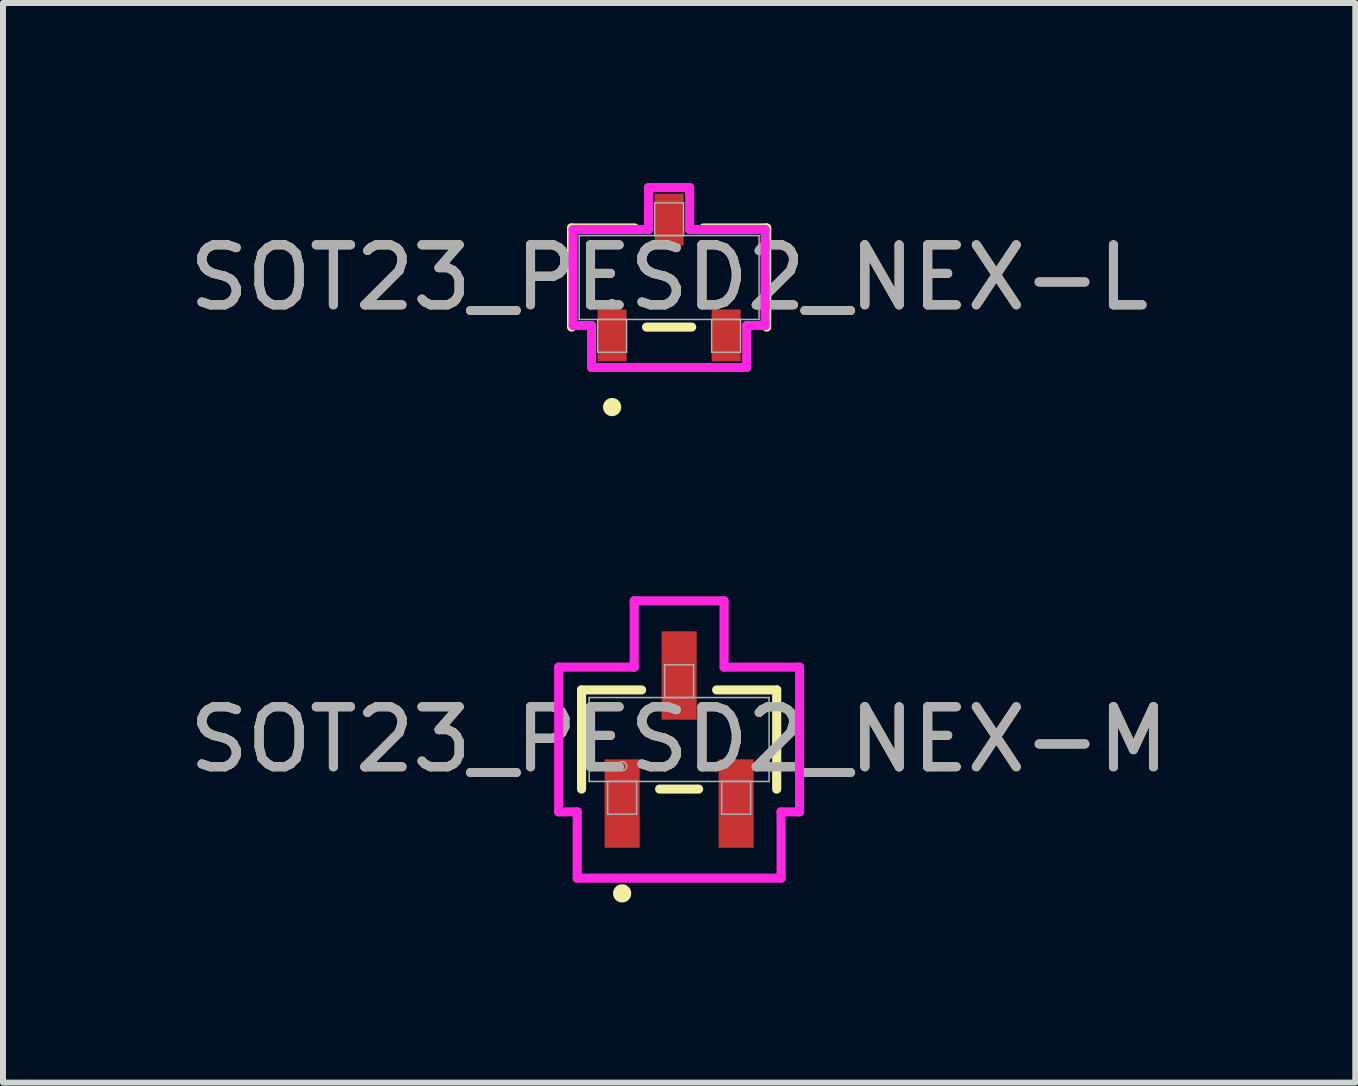
<source format=kicad_pcb>
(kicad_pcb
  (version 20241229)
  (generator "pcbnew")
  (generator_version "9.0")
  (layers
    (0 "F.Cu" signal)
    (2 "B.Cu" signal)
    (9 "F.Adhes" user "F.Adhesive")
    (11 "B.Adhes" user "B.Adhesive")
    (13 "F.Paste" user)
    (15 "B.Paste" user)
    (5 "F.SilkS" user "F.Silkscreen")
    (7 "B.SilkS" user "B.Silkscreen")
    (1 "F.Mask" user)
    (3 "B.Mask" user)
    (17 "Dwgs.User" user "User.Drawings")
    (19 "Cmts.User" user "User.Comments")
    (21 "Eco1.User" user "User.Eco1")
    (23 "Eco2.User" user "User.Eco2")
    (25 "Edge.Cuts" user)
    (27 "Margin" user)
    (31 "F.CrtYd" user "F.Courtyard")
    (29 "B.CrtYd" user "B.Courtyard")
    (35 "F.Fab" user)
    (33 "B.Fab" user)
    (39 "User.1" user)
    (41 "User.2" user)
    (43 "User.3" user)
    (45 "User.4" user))
  (footprint "SOT23_PESD2_NEX-M"
    (layer "F.Cu")
    (at 8.268 9.274)
    (property "Reference" "SOT23_PESD2_NEX-M" (at 0 0 0) (unlocked yes) (layer "F.SilkS") (effects (font (size 1 1) (thickness 0.15))))
    (attr smd)
    (fp_line (start -1.626 -0.826) (end -1.626 0.826) (stroke (width 0.152) (type solid)) (layer "F.SilkS"))
    (fp_line (start -0.625 -0.826) (end -1.626 -0.826) (stroke (width 0.152) (type solid)) (layer "F.SilkS"))
    (fp_line (start -0.325 0.826) (end 0.325 0.826) (stroke (width 0.152) (type solid)) (layer "F.SilkS"))
    (fp_line (start 1.626 -0.826) (end 0.625 -0.826) (stroke (width 0.152) (type solid)) (layer "F.SilkS"))
    (fp_line (start 1.626 0.826) (end 1.626 -0.826) (stroke (width 0.152) (type solid)) (layer "F.SilkS"))
    (fp_circle (center -0.95 2.565) (end -0.874 2.565) (stroke (width 0.152) (type solid)) (fill no) (layer "F.SilkS"))
    (fp_line (start -2.007 -1.206) (end -0.749 -1.206) (stroke (width 0.152) (type solid)) (layer "F.CrtYd"))
    (fp_line (start -2.007 1.206) (end -2.007 -1.206) (stroke (width 0.152) (type solid)) (layer "F.CrtYd"))
    (fp_line (start -2.007 1.206) (end -1.699 1.206) (stroke (width 0.152) (type solid)) (layer "F.CrtYd"))
    (fp_line (start -1.699 1.206) (end -1.699 2.311) (stroke (width 0.152) (type solid)) (layer "F.CrtYd"))
    (fp_line (start -1.699 2.311) (end 1.699 2.311) (stroke (width 0.152) (type solid)) (layer "F.CrtYd"))
    (fp_line (start -0.749 -2.311) (end 0.749 -2.311) (stroke (width 0.152) (type solid)) (layer "F.CrtYd"))
    (fp_line (start -0.749 -1.206) (end -0.749 -2.311) (stroke (width 0.152) (type solid)) (layer "F.CrtYd"))
    (fp_line (start 0.749 -1.206) (end 0.749 -2.311) (stroke (width 0.152) (type solid)) (layer "F.CrtYd"))
    (fp_line (start 1.699 1.206) (end 1.699 2.311) (stroke (width 0.152) (type solid)) (layer "F.CrtYd"))
    (fp_line (start 2.007 -1.206) (end 0.749 -1.206) (stroke (width 0.152) (type solid)) (layer "F.CrtYd"))
    (fp_line (start 2.007 -1.206) (end 2.007 1.206) (stroke (width 0.152) (type solid)) (layer "F.CrtYd"))
    (fp_line (start 2.007 1.206) (end 1.699 1.206) (stroke (width 0.152) (type solid)) (layer "F.CrtYd"))
    (fp_line (start -1.499 -0.699) (end -1.499 0.699) (stroke (width 0.025) (type solid)) (layer "F.Fab"))
    (fp_line (start -1.499 0.699) (end 1.499 0.699) (stroke (width 0.025) (type solid)) (layer "F.Fab"))
    (fp_line (start -1.191 0.699) (end -1.191 1.245) (stroke (width 0.025) (type solid)) (layer "F.Fab"))
    (fp_line (start -1.191 1.245) (end -0.709 1.245) (stroke (width 0.025) (type solid)) (layer "F.Fab"))
    (fp_line (start -0.709 0.699) (end -1.191 0.699) (stroke (width 0.025) (type solid)) (layer "F.Fab"))
    (fp_line (start -0.709 1.245) (end -0.709 0.699) (stroke (width 0.025) (type solid)) (layer "F.Fab"))
    (fp_line (start -0.241 -1.245) (end -0.241 -0.699) (stroke (width 0.025) (type solid)) (layer "F.Fab"))
    (fp_line (start -0.241 -0.699) (end 0.241 -0.699) (stroke (width 0.025) (type solid)) (layer "F.Fab"))
    (fp_line (start 0.241 -1.245) (end -0.241 -1.245) (stroke (width 0.025) (type solid)) (layer "F.Fab"))
    (fp_line (start 0.241 -0.699) (end 0.241 -1.245) (stroke (width 0.025) (type solid)) (layer "F.Fab"))
    (fp_line (start 0.709 0.699) (end 0.709 1.245) (stroke (width 0.025) (type solid)) (layer "F.Fab"))
    (fp_line (start 0.709 1.245) (end 1.191 1.245) (stroke (width 0.025) (type solid)) (layer "F.Fab"))
    (fp_line (start 1.191 0.699) (end 0.709 0.699) (stroke (width 0.025) (type solid)) (layer "F.Fab"))
    (fp_line (start 1.191 1.245) (end 1.191 0.699) (stroke (width 0.025) (type solid)) (layer "F.Fab"))
    (fp_line (start 1.499 -0.699) (end -1.499 -0.699) (stroke (width 0.025) (type solid)) (layer "F.Fab"))
    (fp_line (start 1.499 0.699) (end 1.499 -0.699) (stroke (width 0.025) (type solid)) (layer "F.Fab"))
    (fp_circle (center -0.95 0.445) (end -0.874 0.445) (stroke (width 0.025) (type solid)) (fill no) (layer "F.Fab"))
    (fp_text user "${REFERENCE}" (at 0 0 0) (unlocked yes) (layer "F.Fab") (effects (font (size 1 1) (thickness 0.15))))
    (pad "1" smd rect (at -0.95 1.067) (size 0.584 1.473) (layers "F.Cu" "F.Mask" "F.Paste"))
    (pad "2" smd rect (at 0.95 1.067) (size 0.584 1.473) (layers "F.Cu" "F.Mask" "F.Paste"))
    (pad "3" smd rect (at 0 -1.067) (size 0.584 1.473) (layers "F.Cu" "F.Mask" "F.Paste")))
  (footprint "SOT23_PESD2_NEX-L"
    (layer "F.Cu")
    (at 8.101 1.575)
    (property "Reference" "SOT23_PESD2_NEX-L" (at 0 0 0) (unlocked yes) (layer "F.SilkS") (effects (font (size 1 1) (thickness 0.15))))
    (attr smd)
    (fp_line (start -1.626 -0.826) (end -1.626 0.826) (stroke (width 0.152) (type solid)) (layer "F.SilkS"))
    (fp_line (start -0.574 -0.826) (end -1.626 -0.826) (stroke (width 0.152) (type solid)) (layer "F.SilkS"))
    (fp_line (start -0.376 0.826) (end 0.376 0.826) (stroke (width 0.152) (type solid)) (layer "F.SilkS"))
    (fp_line (start 1.626 -0.826) (end 0.574 -0.826) (stroke (width 0.152) (type solid)) (layer "F.SilkS"))
    (fp_line (start 1.626 0.826) (end 1.626 -0.826) (stroke (width 0.152) (type solid)) (layer "F.SilkS"))
    (fp_circle (center -0.95 2.159) (end -0.874 2.159) (stroke (width 0.152) (type solid)) (fill no) (layer "F.SilkS"))
    (fp_line (start -1.6 -0.8) (end -0.343 -0.8) (stroke (width 0.152) (type solid)) (layer "F.CrtYd"))
    (fp_line (start -1.6 0.8) (end -1.6 -0.8) (stroke (width 0.152) (type solid)) (layer "F.CrtYd"))
    (fp_line (start -1.6 0.8) (end -1.293 0.8) (stroke (width 0.152) (type solid)) (layer "F.CrtYd"))
    (fp_line (start -1.293 0.8) (end -1.293 1.499) (stroke (width 0.152) (type solid)) (layer "F.CrtYd"))
    (fp_line (start -1.293 1.499) (end 1.293 1.499) (stroke (width 0.152) (type solid)) (layer "F.CrtYd"))
    (fp_line (start -0.343 -1.499) (end 0.343 -1.499) (stroke (width 0.152) (type solid)) (layer "F.CrtYd"))
    (fp_line (start -0.343 -0.8) (end -0.343 -1.499) (stroke (width 0.152) (type solid)) (layer "F.CrtYd"))
    (fp_line (start 0.343 -0.8) (end 0.343 -1.499) (stroke (width 0.152) (type solid)) (layer "F.CrtYd"))
    (fp_line (start 1.293 0.8) (end 1.293 1.499) (stroke (width 0.152) (type solid)) (layer "F.CrtYd"))
    (fp_line (start 1.6 -0.8) (end 0.343 -0.8) (stroke (width 0.152) (type solid)) (layer "F.CrtYd"))
    (fp_line (start 1.6 -0.8) (end 1.6 0.8) (stroke (width 0.152) (type solid)) (layer "F.CrtYd"))
    (fp_line (start 1.6 0.8) (end 1.293 0.8) (stroke (width 0.152) (type solid)) (layer "F.CrtYd"))
    (fp_line (start -1.499 -0.699) (end -1.499 0.699) (stroke (width 0.025) (type solid)) (layer "F.Fab"))
    (fp_line (start -1.499 0.699) (end 1.499 0.699) (stroke (width 0.025) (type solid)) (layer "F.Fab"))
    (fp_line (start -1.191 0.699) (end -1.191 1.245) (stroke (width 0.025) (type solid)) (layer "F.Fab"))
    (fp_line (start -1.191 1.245) (end -0.709 1.245) (stroke (width 0.025) (type solid)) (layer "F.Fab"))
    (fp_line (start -0.709 0.699) (end -1.191 0.699) (stroke (width 0.025) (type solid)) (layer "F.Fab"))
    (fp_line (start -0.709 1.245) (end -0.709 0.699) (stroke (width 0.025) (type solid)) (layer "F.Fab"))
    (fp_line (start -0.241 -1.245) (end -0.241 -0.699) (stroke (width 0.025) (type solid)) (layer "F.Fab"))
    (fp_line (start -0.241 -0.699) (end 0.241 -0.699) (stroke (width 0.025) (type solid)) (layer "F.Fab"))
    (fp_line (start 0.241 -1.245) (end -0.241 -1.245) (stroke (width 0.025) (type solid)) (layer "F.Fab"))
    (fp_line (start 0.241 -0.699) (end 0.241 -1.245) (stroke (width 0.025) (type solid)) (layer "F.Fab"))
    (fp_line (start 0.709 0.699) (end 0.709 1.245) (stroke (width 0.025) (type solid)) (layer "F.Fab"))
    (fp_line (start 0.709 1.245) (end 1.191 1.245) (stroke (width 0.025) (type solid)) (layer "F.Fab"))
    (fp_line (start 1.191 0.699) (end 0.709 0.699) (stroke (width 0.025) (type solid)) (layer "F.Fab"))
    (fp_line (start 1.191 1.245) (end 1.191 0.699) (stroke (width 0.025) (type solid)) (layer "F.Fab"))
    (fp_line (start 1.499 -0.699) (end -1.499 -0.699) (stroke (width 0.025) (type solid)) (layer "F.Fab"))
    (fp_line (start 1.499 0.699) (end 1.499 -0.699) (stroke (width 0.025) (type solid)) (layer "F.Fab"))
    (fp_circle (center -0.95 0.445) (end -0.874 0.445) (stroke (width 0.025) (type solid)) (fill no) (layer "F.Fab"))
    (fp_text user "${REFERENCE}" (at 0 0 0) (unlocked yes) (layer "F.Fab") (effects (font (size 1 1) (thickness 0.15))))
    (pad "1" smd rect (at -0.95 0.965) (size 0.483 0.864) (layers "F.Cu" "F.Mask" "F.Paste"))
    (pad "2" smd rect (at 0.95 0.965) (size 0.483 0.864) (layers "F.Cu" "F.Mask" "F.Paste"))
    (pad "3" smd rect (at 0 -0.965) (size 0.483 0.864) (layers "F.Cu" "F.Mask" "F.Paste")))
  (gr_rect
    (start -3 -3)
    (end 19.536 14.992)
    (stroke (width 0.1) (type default))
    (fill no)
    (layer "Edge.Cuts")))
</source>
